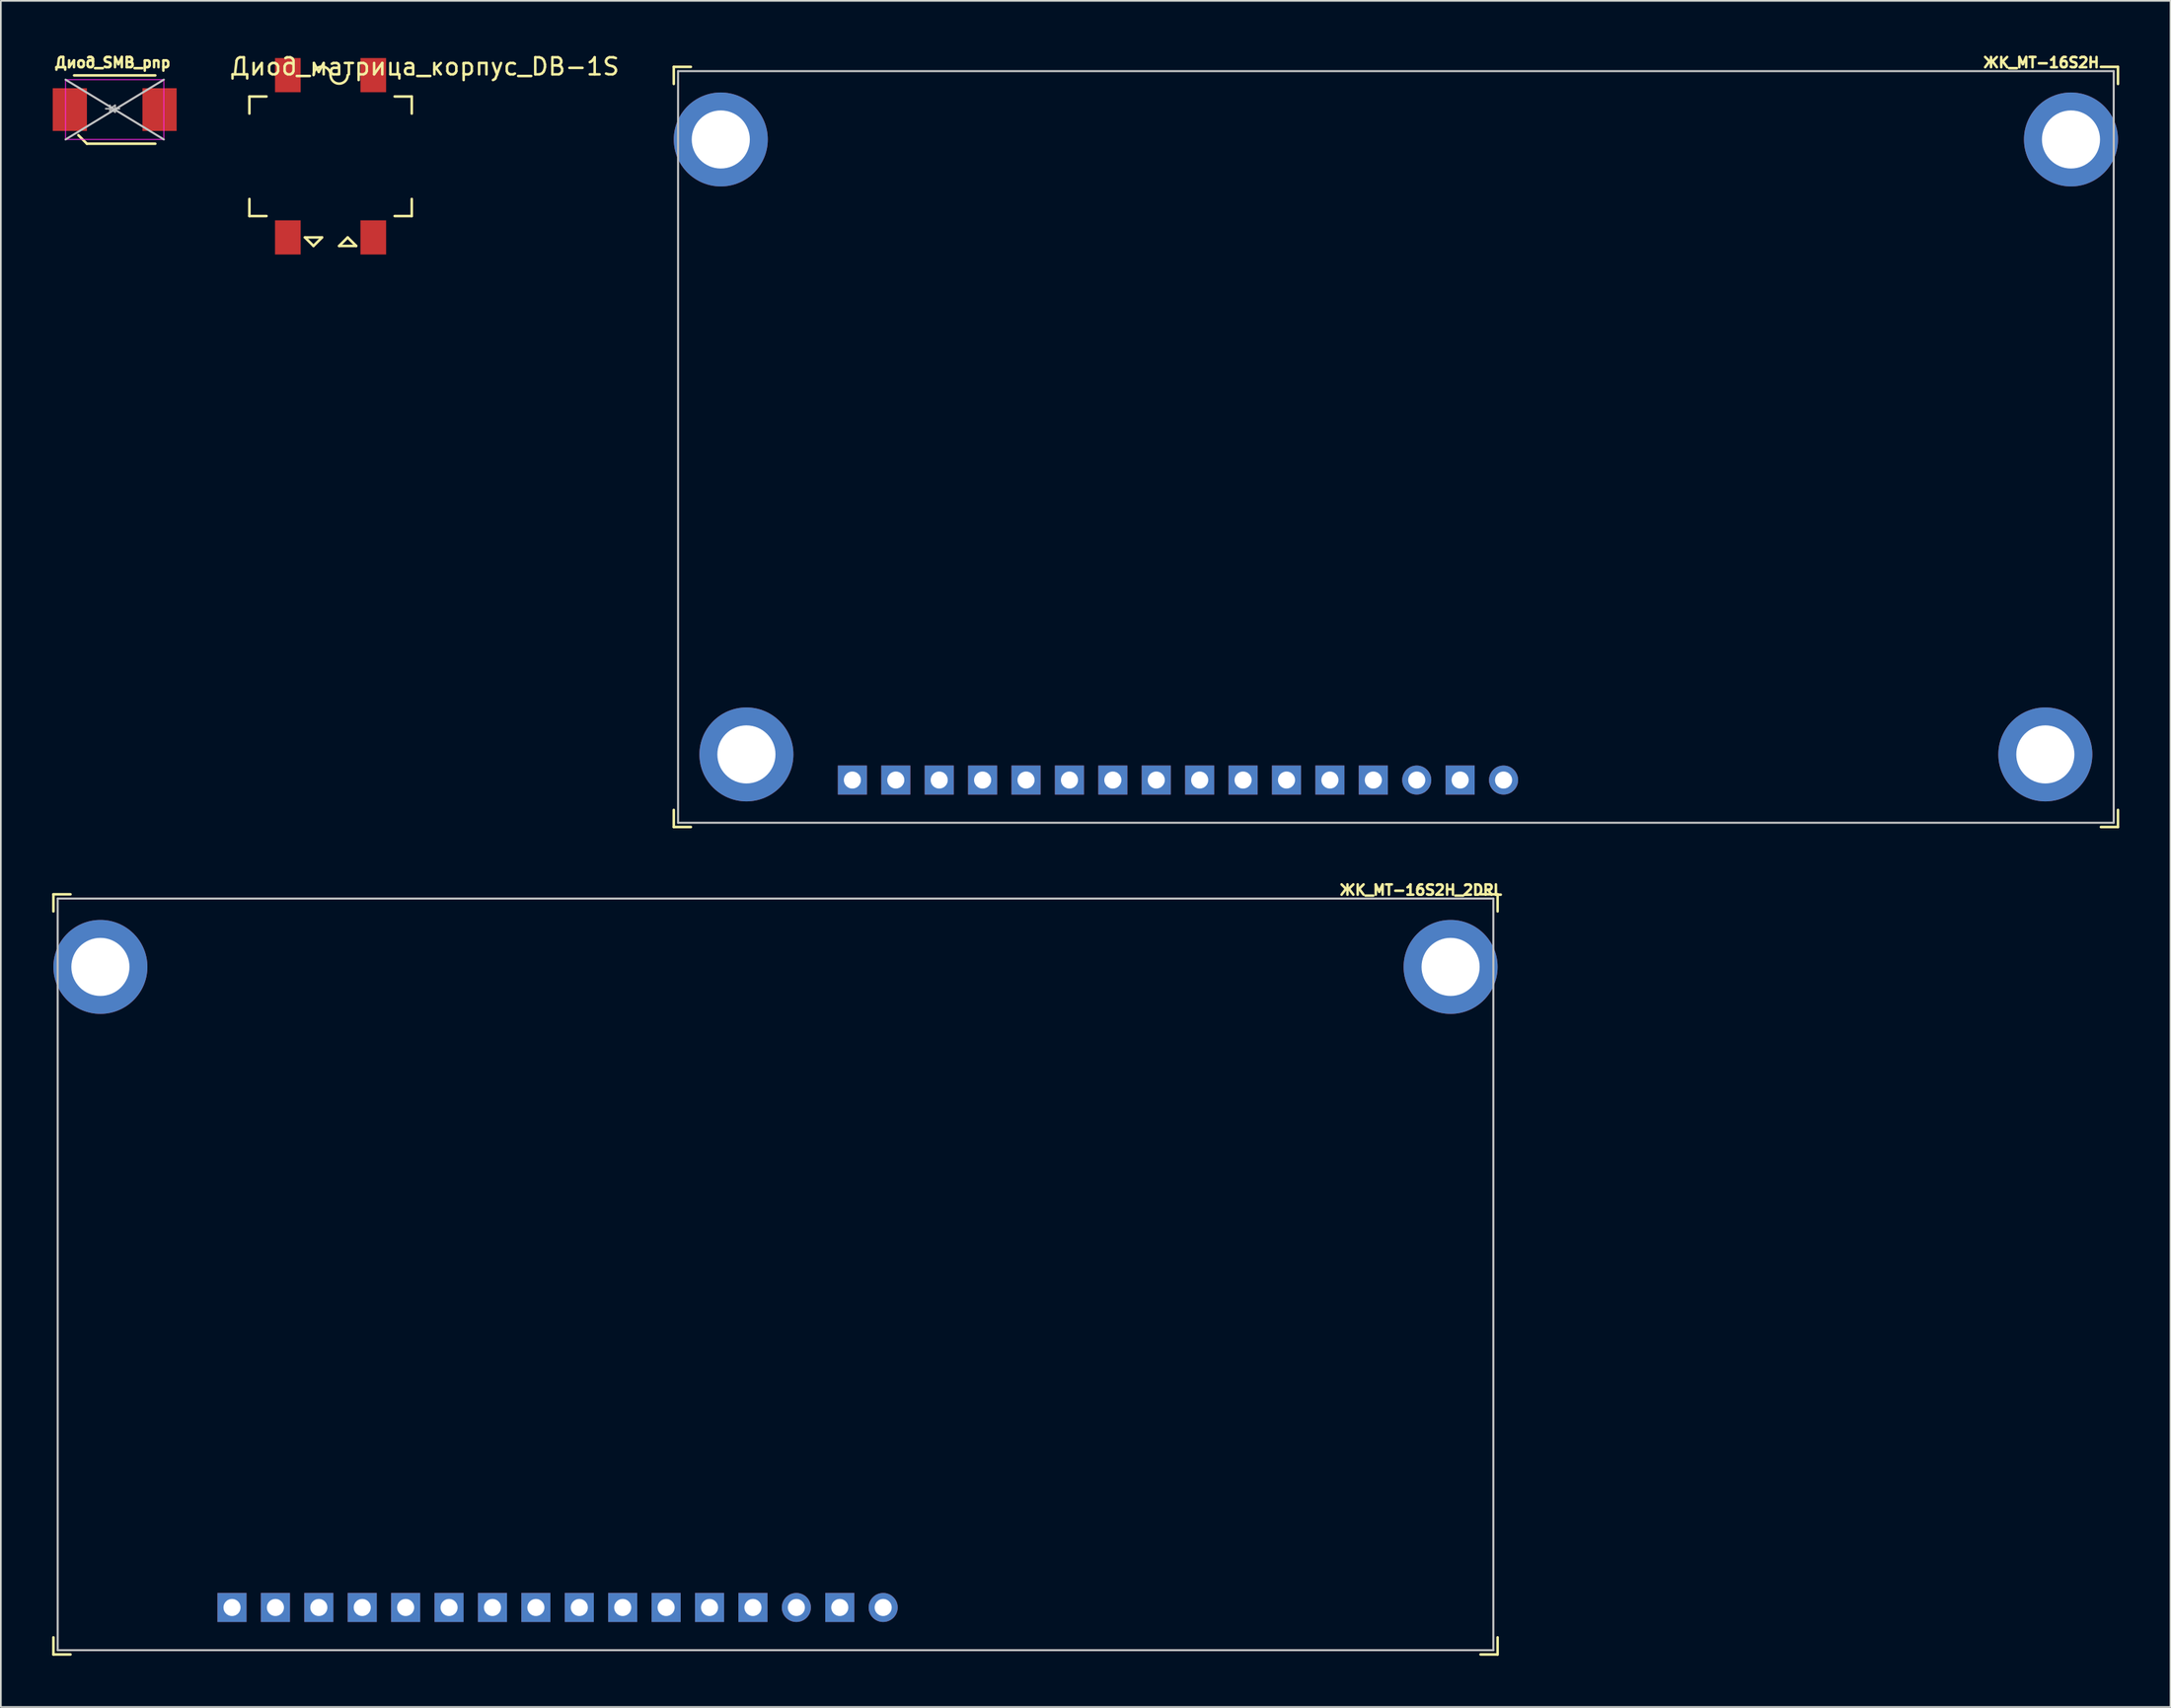
<source format=kicad_pcb>
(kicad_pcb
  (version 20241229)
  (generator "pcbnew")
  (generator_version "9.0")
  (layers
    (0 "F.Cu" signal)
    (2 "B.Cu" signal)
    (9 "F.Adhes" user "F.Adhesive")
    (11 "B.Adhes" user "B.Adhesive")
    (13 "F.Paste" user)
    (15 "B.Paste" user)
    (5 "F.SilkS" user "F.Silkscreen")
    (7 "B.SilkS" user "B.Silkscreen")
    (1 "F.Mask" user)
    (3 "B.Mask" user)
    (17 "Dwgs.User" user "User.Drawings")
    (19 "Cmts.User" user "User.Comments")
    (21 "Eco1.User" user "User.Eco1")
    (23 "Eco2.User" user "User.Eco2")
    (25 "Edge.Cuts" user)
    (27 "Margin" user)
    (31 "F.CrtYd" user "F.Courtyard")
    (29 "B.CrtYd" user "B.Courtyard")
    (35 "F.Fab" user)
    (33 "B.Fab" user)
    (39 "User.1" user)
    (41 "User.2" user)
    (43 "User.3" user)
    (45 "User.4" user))
  (footprint "ЖК_MT-16S2H_2DRL"
    (layer "F.Cu")
    (at 4.325 89.553)
    (property "Reference" "ЖК_MT-16S2H_2DRL" (at 75.75 -40.5 0) (layer "F.SilkS") (effects (font (size 0.6 0.6) (thickness 0.15))))
    (attr through_hole)
    (fp_line (start -4.25 -40.25) (end -4.25 -39.25) (stroke (width 0.15) (type solid)) (layer "F.SilkS"))
    (fp_line (start -4.25 -40.25) (end -3.25 -40.25) (stroke (width 0.15) (type solid)) (layer "F.SilkS"))
    (fp_line (start -4.25 4.25) (end -4.25 3.25) (stroke (width 0.15) (type solid)) (layer "F.SilkS"))
    (fp_line (start -4.25 4.25) (end -3.25 4.25) (stroke (width 0.15) (type solid)) (layer "F.SilkS"))
    (fp_line (start 80.25 -40.25) (end 79.25 -40.25) (stroke (width 0.15) (type solid)) (layer "F.SilkS"))
    (fp_line (start 80.25 -40.25) (end 80.25 -39.25) (stroke (width 0.15) (type solid)) (layer "F.SilkS"))
    (fp_line (start 80.25 4.25) (end 79.25 4.25) (stroke (width 0.15) (type solid)) (layer "F.SilkS"))
    (fp_line (start 80.25 4.25) (end 80.25 3.25) (stroke (width 0.15) (type solid)) (layer "F.SilkS"))
    (fp_line (start -4 -40) (end -4 4) (stroke (width 0.12) (type solid)) (layer "Dwgs.User"))
    (fp_line (start -4 4) (end 80 4) (stroke (width 0.12) (type solid)) (layer "Dwgs.User"))
    (fp_line (start 80 -40) (end -4 -40) (stroke (width 0.12) (type solid)) (layer "Dwgs.User"))
    (fp_line (start 80 4) (end 80 -40) (stroke (width 0.12) (type solid)) (layer "Dwgs.User"))
    (pad "0" thru_hole circle (at -1.5 -36) (size 5.5 5.5) (drill 3.4) (layers "*.Cu" "*.Mask"))
    (pad "0" thru_hole circle (at 77.5 -36) (size 5.5 5.5) (drill 3.4) (layers "*.Cu" "*.Mask"))
    (pad "1" thru_hole circle (at 39.22 1.5) (size 1.7 1.7) (drill 1) (layers "*.Cu" "*.Mask"))
    (pad "2" thru_hole rect (at 36.68 1.5) (size 1.7 1.7) (drill 1) (layers "*.Cu" "*.Mask"))
    (pad "3" thru_hole rect (at 34.14 1.5) (size 1.7 1.7) (drill 1) (layers "*.Cu" "*.Mask"))
    (pad "4" thru_hole rect (at 31.6 1.5) (size 1.7 1.7) (drill 1) (layers "*.Cu" "*.Mask"))
    (pad "5" thru_hole rect (at 29.06 1.5) (size 1.7 1.7) (drill 1) (layers "*.Cu" "*.Mask"))
    (pad "6" thru_hole rect (at 26.52 1.5) (size 1.7 1.7) (drill 1) (layers "*.Cu" "*.Mask"))
    (pad "7" thru_hole rect (at 23.98 1.5) (size 1.7 1.7) (drill 1) (layers "*.Cu" "*.Mask"))
    (pad "8" thru_hole rect (at 21.44 1.5) (size 1.7 1.7) (drill 1) (layers "*.Cu" "*.Mask"))
    (pad "9" thru_hole rect (at 18.9 1.5) (size 1.7 1.7) (drill 1) (layers "*.Cu" "*.Mask"))
    (pad "10" thru_hole rect (at 16.36 1.5) (size 1.7 1.7) (drill 1) (layers "*.Cu" "*.Mask"))
    (pad "11" thru_hole rect (at 13.82 1.5) (size 1.7 1.7) (drill 1) (layers "*.Cu" "*.Mask"))
    (pad "12" thru_hole rect (at 11.28 1.5) (size 1.7 1.7) (drill 1) (layers "*.Cu" "*.Mask"))
    (pad "13" thru_hole rect (at 8.74 1.5) (size 1.7 1.7) (drill 1) (layers "*.Cu" "*.Mask"))
    (pad "14" thru_hole rect (at 6.2 1.5) (size 1.7 1.7) (drill 1) (layers "*.Cu" "*.Mask"))
    (pad "15" thru_hole oval (at 44.3 1.5) (size 1.7 1.7) (drill 1) (layers "*.Cu" "*.Mask"))
    (pad "16" thru_hole rect (at 41.76 1.5) (size 1.7 1.7) (drill 1) (layers "*.Cu" "*.Mask")))
  (footprint "Диод_SMB_pnp"
    (layer "F.Cu")
    (at 3.661 3.364)
    (property "Reference" "Диод_SMB_pnp" (at -0.125 -2.75 0) (layer "F.SilkS") (effects (font (size 0.6 0.6) (thickness 0.15))))
    (attr smd)
    (fp_line (start -2.125 1.5) (end -1.625 2) (stroke (width 0.15) (type solid)) (layer "F.SilkS"))
    (fp_line (start 2.375 -2) (end -2.375 -2) (stroke (width 0.15) (type solid)) (layer "F.SilkS"))
    (fp_line (start 2.375 2) (end -1.625 2) (stroke (width 0.15) (type solid)) (layer "F.SilkS"))
    (fp_line (start -2.875 1.75) (end 2.875 -1.75) (stroke (width 0.12) (type solid)) (layer "Dwgs.User"))
    (fp_line (start 2.875 1.75) (end -2.875 -1.75) (stroke (width 0.12) (type solid)) (layer "Dwgs.User"))
    (fp_line (start -2.875 -1.75) (end 2.875 -1.75) (stroke (width 0.05) (type solid)) (layer "F.CrtYd"))
    (fp_line (start -2.875 1.75) (end -2.875 -1.75) (stroke (width 0.05) (type solid)) (layer "F.CrtYd"))
    (fp_line (start 2.875 -1.75) (end 2.875 1.75) (stroke (width 0.05) (type solid)) (layer "F.CrtYd"))
    (fp_line (start 2.875 1.75) (end -2.875 1.75) (stroke (width 0.05) (type solid)) (layer "F.CrtYd"))
    (fp_line (start -0.275 -0.05) (end -0.525 -0.05) (stroke (width 0.1) (type solid)) (layer "F.Fab"))
    (fp_line (start -0.275 -0.05) (end 0.025 0.15) (stroke (width 0.1) (type solid)) (layer "F.Fab"))
    (fp_line (start -0.275 0.15) (end -0.275 -0.25) (stroke (width 0.1) (type solid)) (layer "F.Fab"))
    (fp_line (start 0.025 -0.25) (end -0.275 -0.05) (stroke (width 0.1) (type solid)) (layer "F.Fab"))
    (fp_line (start 0.025 -0.05) (end 0.275 -0.05) (stroke (width 0.1) (type solid)) (layer "F.Fab"))
    (fp_line (start 0.025 0.15) (end 0.025 -0.25) (stroke (width 0.1) (type solid)) (layer "F.Fab"))
    (pad "1" smd rect (at -2.625 0 270) (size 2.5 2) (layers "F.Cu" "F.Mask" "F.Paste"))
    (pad "2" smd rect (at 2.625 0 270) (size 2.5 2) (layers "F.Cu" "F.Mask" "F.Paste")))
  (footprint "ЖК_MT-16S2H"
    (layer "F.Cu")
    (at 40.623 41.114)
    (property "Reference" "ЖК_MT-16S2H" (at 75.75 -40.5 0) (layer "F.SilkS") (effects (font (size 0.6 0.6) (thickness 0.15))))
    (attr through_hole)
    (fp_line (start -4.25 -40.25) (end -4.25 -39.25) (stroke (width 0.15) (type solid)) (layer "F.SilkS"))
    (fp_line (start -4.25 -40.25) (end -3.25 -40.25) (stroke (width 0.15) (type solid)) (layer "F.SilkS"))
    (fp_line (start -4.25 4.25) (end -4.25 3.25) (stroke (width 0.15) (type solid)) (layer "F.SilkS"))
    (fp_line (start -4.25 4.25) (end -3.25 4.25) (stroke (width 0.15) (type solid)) (layer "F.SilkS"))
    (fp_line (start 80.25 -40.25) (end 79.25 -40.25) (stroke (width 0.15) (type solid)) (layer "F.SilkS"))
    (fp_line (start 80.25 -40.25) (end 80.25 -39.25) (stroke (width 0.15) (type solid)) (layer "F.SilkS"))
    (fp_line (start 80.25 4.25) (end 79.25 4.25) (stroke (width 0.15) (type solid)) (layer "F.SilkS"))
    (fp_line (start 80.25 4.25) (end 80.25 3.25) (stroke (width 0.15) (type solid)) (layer "F.SilkS"))
    (fp_line (start -4 -40) (end -4 4) (stroke (width 0.12) (type solid)) (layer "Dwgs.User"))
    (fp_line (start -4 4) (end 80 4) (stroke (width 0.12) (type solid)) (layer "Dwgs.User"))
    (fp_line (start 80 -40) (end -4 -40) (stroke (width 0.12) (type solid)) (layer "Dwgs.User"))
    (fp_line (start 80 4) (end 80 -40) (stroke (width 0.12) (type solid)) (layer "Dwgs.User"))
    (pad "0" thru_hole circle (at -1.5 -36) (size 5.5 5.5) (drill 3.4) (layers "*.Cu" "*.Mask"))
    (pad "0" thru_hole circle (at 0 0) (size 5.5 5.5) (drill 3.4) (layers "*.Cu" "*.Mask"))
    (pad "0" thru_hole circle (at 76 0) (size 5.5 5.5) (drill 3.4) (layers "*.Cu" "*.Mask"))
    (pad "0" thru_hole circle (at 77.5 -36) (size 5.5 5.5) (drill 3.4) (layers "*.Cu" "*.Mask"))
    (pad "1" thru_hole circle (at 39.22 1.5) (size 1.7 1.7) (drill 1) (layers "*.Cu" "*.Mask"))
    (pad "2" thru_hole rect (at 36.68 1.5) (size 1.7 1.7) (drill 1) (layers "*.Cu" "*.Mask"))
    (pad "3" thru_hole rect (at 34.14 1.5) (size 1.7 1.7) (drill 1) (layers "*.Cu" "*.Mask"))
    (pad "4" thru_hole rect (at 31.6 1.5) (size 1.7 1.7) (drill 1) (layers "*.Cu" "*.Mask"))
    (pad "5" thru_hole rect (at 29.06 1.5) (size 1.7 1.7) (drill 1) (layers "*.Cu" "*.Mask"))
    (pad "6" thru_hole rect (at 26.52 1.5) (size 1.7 1.7) (drill 1) (layers "*.Cu" "*.Mask"))
    (pad "7" thru_hole rect (at 23.98 1.5) (size 1.7 1.7) (drill 1) (layers "*.Cu" "*.Mask"))
    (pad "8" thru_hole rect (at 21.44 1.5) (size 1.7 1.7) (drill 1) (layers "*.Cu" "*.Mask"))
    (pad "9" thru_hole rect (at 18.9 1.5) (size 1.7 1.7) (drill 1) (layers "*.Cu" "*.Mask"))
    (pad "10" thru_hole rect (at 16.36 1.5) (size 1.7 1.7) (drill 1) (layers "*.Cu" "*.Mask"))
    (pad "11" thru_hole rect (at 13.82 1.5) (size 1.7 1.7) (drill 1) (layers "*.Cu" "*.Mask"))
    (pad "12" thru_hole rect (at 11.28 1.5) (size 1.7 1.7) (drill 1) (layers "*.Cu" "*.Mask"))
    (pad "13" thru_hole rect (at 8.74 1.5) (size 1.7 1.7) (drill 1) (layers "*.Cu" "*.Mask"))
    (pad "14" thru_hole rect (at 6.2 1.5) (size 1.7 1.7) (drill 1) (layers "*.Cu" "*.Mask"))
    (pad "15" thru_hole oval (at 44.3 1.5) (size 1.7 1.7) (drill 1) (layers "*.Cu" "*.Mask"))
    (pad "16" thru_hole rect (at 41.76 1.5) (size 1.7 1.7) (drill 1) (layers "*.Cu" "*.Mask")))
  (footprint "Диод_матрица_корпус_DB-1S"
    (layer "F.Cu")
    (at 13.792 9.848)
    (property "Reference" "Диод_матрица_корпус_DB-1S" (at 8 -9 0) (layer "F.SilkS") (effects (font (size 1 1) (thickness 0.15))))
    (attr smd)
    (fp_line (start -2.25 -7.25) (end -2.25 -6.25) (stroke (width 0.15) (type solid)) (layer "F.SilkS"))
    (fp_line (start -2.25 -0.25) (end -2.25 -1.25) (stroke (width 0.15) (type solid)) (layer "F.SilkS"))
    (fp_line (start -1.25 -7.25) (end -2.25 -7.25) (stroke (width 0.15) (type solid)) (layer "F.SilkS"))
    (fp_line (start -1.25 -0.25) (end -2.25 -0.25) (stroke (width 0.15) (type solid)) (layer "F.SilkS"))
    (fp_line (start 1 1) (end 2 1) (stroke (width 0.15) (type solid)) (layer "F.SilkS"))
    (fp_line (start 1.5 1.5) (end 1 1) (stroke (width 0.15) (type solid)) (layer "F.SilkS"))
    (fp_line (start 2 1) (end 1.5 1.5) (stroke (width 0.15) (type solid)) (layer "F.SilkS"))
    (fp_line (start 3 1.5) (end 3.5 1) (stroke (width 0.15) (type solid)) (layer "F.SilkS"))
    (fp_line (start 3.5 1) (end 4 1.5) (stroke (width 0.15) (type solid)) (layer "F.SilkS"))
    (fp_line (start 4 1.5) (end 3 1.5) (stroke (width 0.15) (type solid)) (layer "F.SilkS"))
    (fp_line (start 6.25 -7.25) (end 7.25 -7.25) (stroke (width 0.15) (type solid)) (layer "F.SilkS"))
    (fp_line (start 7.25 -7.25) (end 7.25 -6.25) (stroke (width 0.15) (type solid)) (layer "F.SilkS"))
    (fp_line (start 7.25 -1.25) (end 7.25 -0.25) (stroke (width 0.15) (type solid)) (layer "F.SilkS"))
    (fp_line (start 7.25 -0.25) (end 6.25 -0.25) (stroke (width 0.15) (type solid)) (layer "F.SilkS"))
    (fp_arc (start 1.5 -8.5) (mid 2 -9) (end 2.5 -8.5) (stroke (width 0.15) (type solid)) (layer "F.SilkS"))
    (fp_arc (start 3.5 -8.5) (mid 3 -8) (end 2.5 -8.5) (stroke (width 0.15) (type solid)) (layer "F.SilkS"))
    (pad "1" smd rect (at 0 1) (size 1.5 2) (layers "F.Cu" "F.Mask" "F.Paste"))
    (pad "2" smd rect (at 5 1) (size 1.5 2) (layers "F.Cu" "F.Mask" "F.Paste"))
    (pad "3" smd rect (at 0 -8.5) (size 1.5 2) (layers "F.Cu" "F.Mask" "F.Paste"))
    (pad "4" smd rect (at 5 -8.5) (size 1.5 2) (layers "F.Cu" "F.Mask" "F.Paste")))
  (gr_rect
    (start -3 -3)
    (end 123.948 96.879)
    (stroke (width 0.1) (type default))
    (fill no)
    (layer "Edge.Cuts")))
</source>
